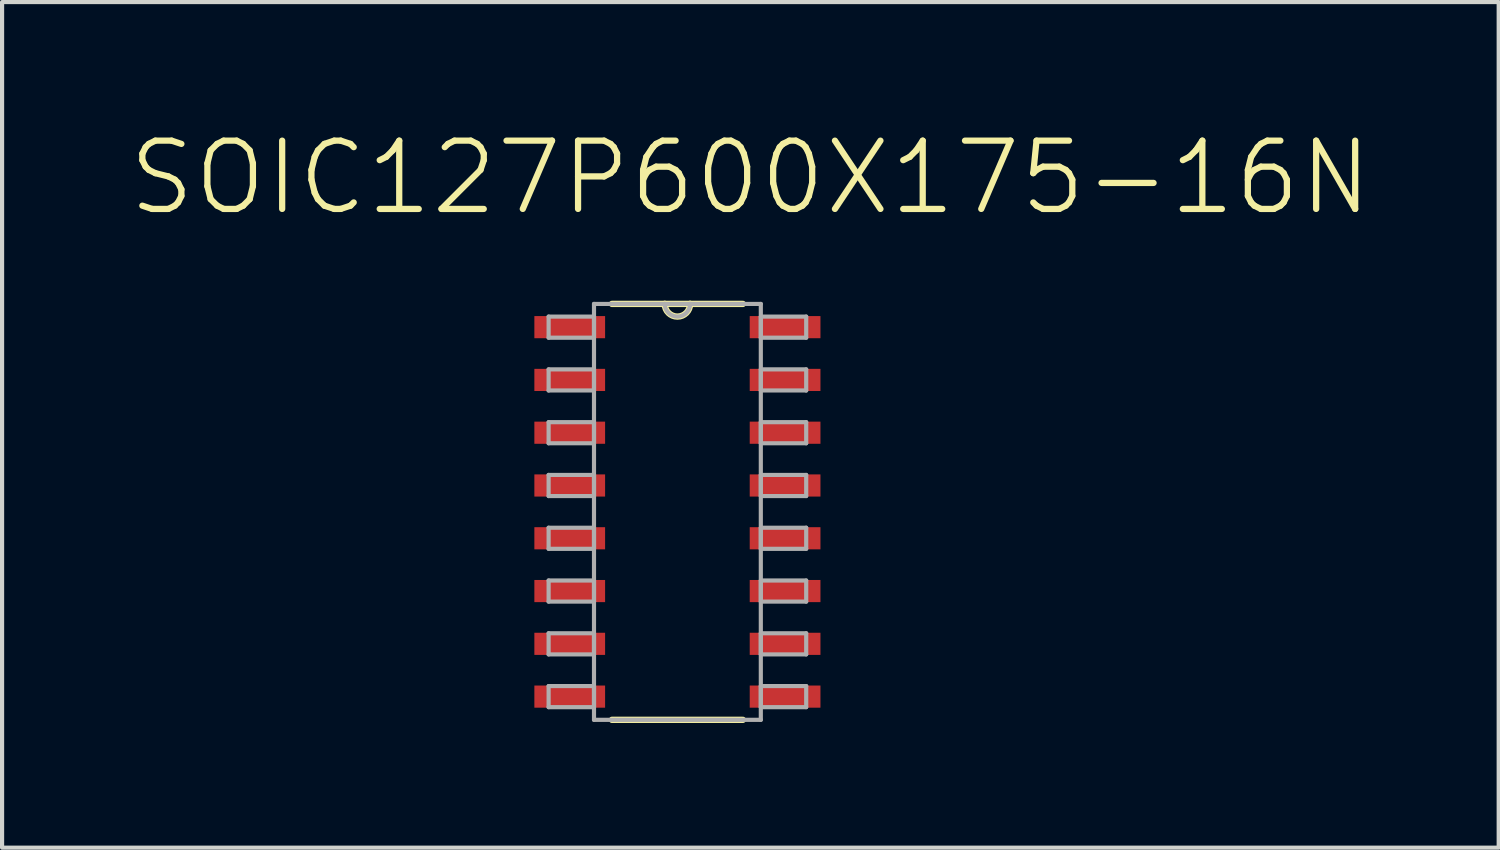
<source format=kicad_pcb>
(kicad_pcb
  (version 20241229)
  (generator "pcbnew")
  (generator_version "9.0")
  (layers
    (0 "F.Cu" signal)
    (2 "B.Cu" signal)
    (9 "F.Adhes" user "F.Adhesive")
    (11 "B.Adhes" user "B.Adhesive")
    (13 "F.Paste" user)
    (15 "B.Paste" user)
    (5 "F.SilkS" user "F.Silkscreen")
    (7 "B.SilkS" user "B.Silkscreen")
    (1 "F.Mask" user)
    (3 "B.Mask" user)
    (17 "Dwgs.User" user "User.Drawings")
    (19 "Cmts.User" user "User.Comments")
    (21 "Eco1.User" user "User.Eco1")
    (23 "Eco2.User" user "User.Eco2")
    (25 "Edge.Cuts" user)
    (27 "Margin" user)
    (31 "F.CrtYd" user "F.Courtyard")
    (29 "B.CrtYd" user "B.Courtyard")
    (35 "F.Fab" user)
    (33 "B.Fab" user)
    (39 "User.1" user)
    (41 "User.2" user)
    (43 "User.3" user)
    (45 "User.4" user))
  (footprint "SOIC127P600X175-16N"
    (layer "F.Cu")
    (at 13.25 9.267)
    (property "Reference" "SOIC127P600X175-16N" (at 1.756 -8.042 0) (layer "F.SilkS") (effects (font (size 1.643 1.643) (thickness 0.15))))
    (attr smd)
    (fp_line (start -1.575 5.004) (end 1.575 5.004) (stroke (width 0.152) (type solid)) (layer "F.SilkS"))
    (fp_line (start -0.305 -5.004) (end -1.575 -5.004) (stroke (width 0.152) (type solid)) (layer "F.SilkS"))
    (fp_line (start 0.305 -5.004) (end -0.305 -5.004) (stroke (width 0.152) (type solid)) (layer "F.SilkS"))
    (fp_line (start 1.575 -5.004) (end 0.305 -5.004) (stroke (width 0.152) (type solid)) (layer "F.SilkS"))
    (fp_arc (start 0.3048 -5.0038) (mid 0 -4.699) (end -0.3048 -5.0038) (stroke (width 0.1524) (type solid)) (layer "F.SilkS"))
    (fp_line (start -3.099 -4.699) (end -3.099 -4.191) (stroke (width 0.1) (type solid)) (layer "F.Fab"))
    (fp_line (start -3.099 -4.191) (end -2.007 -4.191) (stroke (width 0.1) (type solid)) (layer "F.Fab"))
    (fp_line (start -3.099 -3.429) (end -3.099 -2.921) (stroke (width 0.1) (type solid)) (layer "F.Fab"))
    (fp_line (start -3.099 -2.921) (end -2.007 -2.921) (stroke (width 0.1) (type solid)) (layer "F.Fab"))
    (fp_line (start -3.099 -2.159) (end -3.099 -1.651) (stroke (width 0.1) (type solid)) (layer "F.Fab"))
    (fp_line (start -3.099 -1.651) (end -2.007 -1.651) (stroke (width 0.1) (type solid)) (layer "F.Fab"))
    (fp_line (start -3.099 -0.889) (end -3.099 -0.381) (stroke (width 0.1) (type solid)) (layer "F.Fab"))
    (fp_line (start -3.099 -0.381) (end -2.007 -0.381) (stroke (width 0.1) (type solid)) (layer "F.Fab"))
    (fp_line (start -3.099 0.381) (end -3.099 0.889) (stroke (width 0.1) (type solid)) (layer "F.Fab"))
    (fp_line (start -3.099 0.889) (end -2.007 0.889) (stroke (width 0.1) (type solid)) (layer "F.Fab"))
    (fp_line (start -3.099 1.651) (end -3.099 2.159) (stroke (width 0.1) (type solid)) (layer "F.Fab"))
    (fp_line (start -3.099 2.159) (end -2.007 2.159) (stroke (width 0.1) (type solid)) (layer "F.Fab"))
    (fp_line (start -3.099 2.921) (end -3.099 3.429) (stroke (width 0.1) (type solid)) (layer "F.Fab"))
    (fp_line (start -3.099 3.429) (end -2.007 3.429) (stroke (width 0.1) (type solid)) (layer "F.Fab"))
    (fp_line (start -3.099 4.191) (end -3.099 4.699) (stroke (width 0.1) (type solid)) (layer "F.Fab"))
    (fp_line (start -3.099 4.699) (end -2.007 4.699) (stroke (width 0.1) (type solid)) (layer "F.Fab"))
    (fp_line (start -2.007 -5.004) (end -2.007 5.004) (stroke (width 0.1) (type solid)) (layer "F.Fab"))
    (fp_line (start -2.007 -4.699) (end -3.099 -4.699) (stroke (width 0.1) (type solid)) (layer "F.Fab"))
    (fp_line (start -2.007 -4.191) (end -2.007 -4.699) (stroke (width 0.1) (type solid)) (layer "F.Fab"))
    (fp_line (start -2.007 -3.429) (end -3.099 -3.429) (stroke (width 0.1) (type solid)) (layer "F.Fab"))
    (fp_line (start -2.007 -2.921) (end -2.007 -3.429) (stroke (width 0.1) (type solid)) (layer "F.Fab"))
    (fp_line (start -2.007 -2.159) (end -3.099 -2.159) (stroke (width 0.1) (type solid)) (layer "F.Fab"))
    (fp_line (start -2.007 -1.651) (end -2.007 -2.159) (stroke (width 0.1) (type solid)) (layer "F.Fab"))
    (fp_line (start -2.007 -0.889) (end -3.099 -0.889) (stroke (width 0.1) (type solid)) (layer "F.Fab"))
    (fp_line (start -2.007 -0.381) (end -2.007 -0.889) (stroke (width 0.1) (type solid)) (layer "F.Fab"))
    (fp_line (start -2.007 0.381) (end -3.099 0.381) (stroke (width 0.1) (type solid)) (layer "F.Fab"))
    (fp_line (start -2.007 0.889) (end -2.007 0.381) (stroke (width 0.1) (type solid)) (layer "F.Fab"))
    (fp_line (start -2.007 1.651) (end -3.099 1.651) (stroke (width 0.1) (type solid)) (layer "F.Fab"))
    (fp_line (start -2.007 2.159) (end -2.007 1.651) (stroke (width 0.1) (type solid)) (layer "F.Fab"))
    (fp_line (start -2.007 2.921) (end -3.099 2.921) (stroke (width 0.1) (type solid)) (layer "F.Fab"))
    (fp_line (start -2.007 3.429) (end -2.007 2.921) (stroke (width 0.1) (type solid)) (layer "F.Fab"))
    (fp_line (start -2.007 4.191) (end -3.099 4.191) (stroke (width 0.1) (type solid)) (layer "F.Fab"))
    (fp_line (start -2.007 4.699) (end -2.007 4.191) (stroke (width 0.1) (type solid)) (layer "F.Fab"))
    (fp_line (start -2.007 5.004) (end 2.007 5.004) (stroke (width 0.1) (type solid)) (layer "F.Fab"))
    (fp_line (start -0.305 -5.004) (end -2.007 -5.004) (stroke (width 0.1) (type solid)) (layer "F.Fab"))
    (fp_line (start 0.305 -5.004) (end -0.305 -5.004) (stroke (width 0.1) (type solid)) (layer "F.Fab"))
    (fp_line (start 2.007 -5.004) (end 0.305 -5.004) (stroke (width 0.1) (type solid)) (layer "F.Fab"))
    (fp_line (start 2.007 -4.699) (end 2.007 -4.191) (stroke (width 0.1) (type solid)) (layer "F.Fab"))
    (fp_line (start 2.007 -4.191) (end 3.099 -4.191) (stroke (width 0.1) (type solid)) (layer "F.Fab"))
    (fp_line (start 2.007 -3.429) (end 2.007 -2.921) (stroke (width 0.1) (type solid)) (layer "F.Fab"))
    (fp_line (start 2.007 -2.921) (end 3.099 -2.921) (stroke (width 0.1) (type solid)) (layer "F.Fab"))
    (fp_line (start 2.007 -2.159) (end 2.007 -1.651) (stroke (width 0.1) (type solid)) (layer "F.Fab"))
    (fp_line (start 2.007 -1.651) (end 3.099 -1.651) (stroke (width 0.1) (type solid)) (layer "F.Fab"))
    (fp_line (start 2.007 -0.889) (end 2.007 -0.381) (stroke (width 0.1) (type solid)) (layer "F.Fab"))
    (fp_line (start 2.007 -0.381) (end 3.099 -0.381) (stroke (width 0.1) (type solid)) (layer "F.Fab"))
    (fp_line (start 2.007 0.381) (end 2.007 0.889) (stroke (width 0.1) (type solid)) (layer "F.Fab"))
    (fp_line (start 2.007 0.889) (end 3.099 0.889) (stroke (width 0.1) (type solid)) (layer "F.Fab"))
    (fp_line (start 2.007 1.651) (end 2.007 2.159) (stroke (width 0.1) (type solid)) (layer "F.Fab"))
    (fp_line (start 2.007 2.159) (end 3.099 2.159) (stroke (width 0.1) (type solid)) (layer "F.Fab"))
    (fp_line (start 2.007 2.921) (end 2.007 3.429) (stroke (width 0.1) (type solid)) (layer "F.Fab"))
    (fp_line (start 2.007 3.429) (end 3.099 3.429) (stroke (width 0.1) (type solid)) (layer "F.Fab"))
    (fp_line (start 2.007 4.191) (end 2.007 4.699) (stroke (width 0.1) (type solid)) (layer "F.Fab"))
    (fp_line (start 2.007 4.699) (end 3.099 4.699) (stroke (width 0.1) (type solid)) (layer "F.Fab"))
    (fp_line (start 2.007 5.004) (end 2.007 -5.004) (stroke (width 0.1) (type solid)) (layer "F.Fab"))
    (fp_line (start 3.099 -4.699) (end 2.007 -4.699) (stroke (width 0.1) (type solid)) (layer "F.Fab"))
    (fp_line (start 3.099 -4.191) (end 3.099 -4.699) (stroke (width 0.1) (type solid)) (layer "F.Fab"))
    (fp_line (start 3.099 -3.429) (end 2.007 -3.429) (stroke (width 0.1) (type solid)) (layer "F.Fab"))
    (fp_line (start 3.099 -2.921) (end 3.099 -3.429) (stroke (width 0.1) (type solid)) (layer "F.Fab"))
    (fp_line (start 3.099 -2.159) (end 2.007 -2.159) (stroke (width 0.1) (type solid)) (layer "F.Fab"))
    (fp_line (start 3.099 -1.651) (end 3.099 -2.159) (stroke (width 0.1) (type solid)) (layer "F.Fab"))
    (fp_line (start 3.099 -0.889) (end 2.007 -0.889) (stroke (width 0.1) (type solid)) (layer "F.Fab"))
    (fp_line (start 3.099 -0.381) (end 3.099 -0.889) (stroke (width 0.1) (type solid)) (layer "F.Fab"))
    (fp_line (start 3.099 0.381) (end 2.007 0.381) (stroke (width 0.1) (type solid)) (layer "F.Fab"))
    (fp_line (start 3.099 0.889) (end 3.099 0.381) (stroke (width 0.1) (type solid)) (layer "F.Fab"))
    (fp_line (start 3.099 1.651) (end 2.007 1.651) (stroke (width 0.1) (type solid)) (layer "F.Fab"))
    (fp_line (start 3.099 2.159) (end 3.099 1.651) (stroke (width 0.1) (type solid)) (layer "F.Fab"))
    (fp_line (start 3.099 2.921) (end 2.007 2.921) (stroke (width 0.1) (type solid)) (layer "F.Fab"))
    (fp_line (start 3.099 3.429) (end 3.099 2.921) (stroke (width 0.1) (type solid)) (layer "F.Fab"))
    (fp_line (start 3.099 4.191) (end 2.007 4.191) (stroke (width 0.1) (type solid)) (layer "F.Fab"))
    (fp_line (start 3.099 4.699) (end 3.099 4.191) (stroke (width 0.1) (type solid)) (layer "F.Fab"))
    (fp_arc (start 0.3048 -5.0038) (mid 0 -4.699) (end -0.3048 -5.0038) (stroke (width 0.1) (type solid)) (layer "F.Fab"))
    (pad "1" smd rect (at -2.591 -4.445) (size 1.702 0.533) (layers "F.Cu" "F.Mask" "F.Paste"))
    (pad "2" smd rect (at -2.591 -3.175) (size 1.702 0.533) (layers "F.Cu" "F.Mask" "F.Paste"))
    (pad "3" smd rect (at -2.591 -1.905) (size 1.702 0.533) (layers "F.Cu" "F.Mask" "F.Paste"))
    (pad "4" smd rect (at -2.591 -0.635) (size 1.702 0.533) (layers "F.Cu" "F.Mask" "F.Paste"))
    (pad "5" smd rect (at -2.591 0.635) (size 1.702 0.533) (layers "F.Cu" "F.Mask" "F.Paste"))
    (pad "6" smd rect (at -2.591 1.905) (size 1.702 0.533) (layers "F.Cu" "F.Mask" "F.Paste"))
    (pad "7" smd rect (at -2.591 3.175) (size 1.702 0.533) (layers "F.Cu" "F.Mask" "F.Paste"))
    (pad "8" smd rect (at -2.591 4.445) (size 1.702 0.533) (layers "F.Cu" "F.Mask" "F.Paste"))
    (pad "9" smd rect (at 2.591 4.445) (size 1.702 0.533) (layers "F.Cu" "F.Mask" "F.Paste"))
    (pad "10" smd rect (at 2.591 3.175) (size 1.702 0.533) (layers "F.Cu" "F.Mask" "F.Paste"))
    (pad "11" smd rect (at 2.591 1.905) (size 1.702 0.533) (layers "F.Cu" "F.Mask" "F.Paste"))
    (pad "12" smd rect (at 2.591 0.635) (size 1.702 0.533) (layers "F.Cu" "F.Mask" "F.Paste"))
    (pad "13" smd rect (at 2.591 -0.635) (size 1.702 0.533) (layers "F.Cu" "F.Mask" "F.Paste"))
    (pad "14" smd rect (at 2.591 -1.905) (size 1.702 0.533) (layers "F.Cu" "F.Mask" "F.Paste"))
    (pad "15" smd rect (at 2.591 -3.175) (size 1.702 0.533) (layers "F.Cu" "F.Mask" "F.Paste"))
    (pad "16" smd rect (at 2.591 -4.445) (size 1.702 0.533) (layers "F.Cu" "F.Mask" "F.Paste")))
  (gr_rect
    (start -3 -3)
    (end 33.012 17.347)
    (stroke (width 0.1) (type default))
    (fill no)
    (layer "Edge.Cuts")))
</source>
